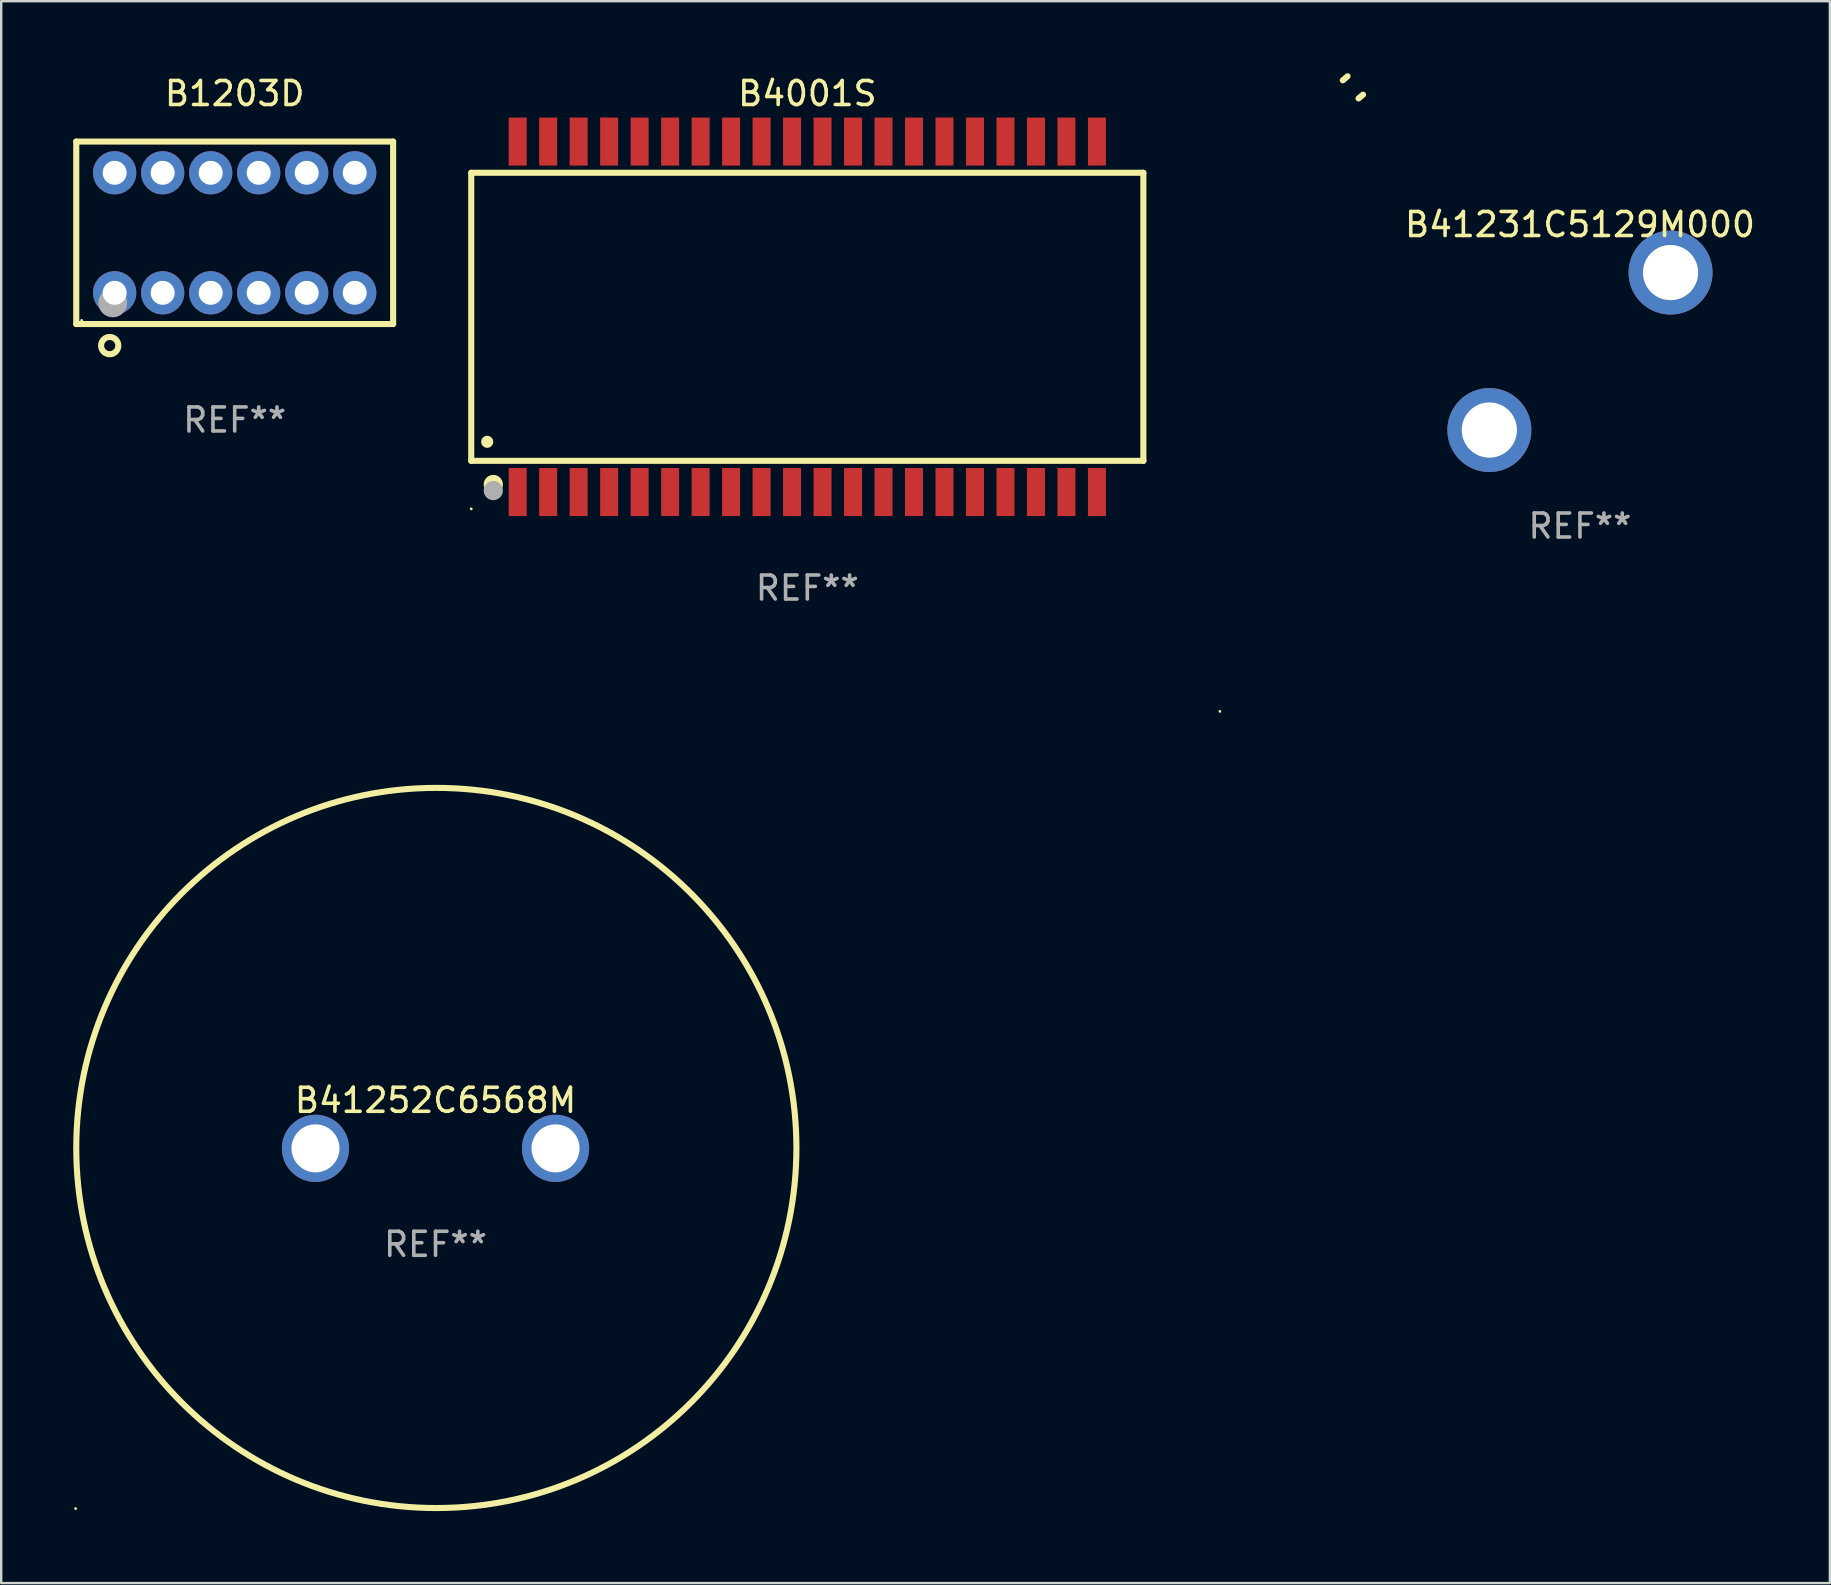
<source format=kicad_pcb>
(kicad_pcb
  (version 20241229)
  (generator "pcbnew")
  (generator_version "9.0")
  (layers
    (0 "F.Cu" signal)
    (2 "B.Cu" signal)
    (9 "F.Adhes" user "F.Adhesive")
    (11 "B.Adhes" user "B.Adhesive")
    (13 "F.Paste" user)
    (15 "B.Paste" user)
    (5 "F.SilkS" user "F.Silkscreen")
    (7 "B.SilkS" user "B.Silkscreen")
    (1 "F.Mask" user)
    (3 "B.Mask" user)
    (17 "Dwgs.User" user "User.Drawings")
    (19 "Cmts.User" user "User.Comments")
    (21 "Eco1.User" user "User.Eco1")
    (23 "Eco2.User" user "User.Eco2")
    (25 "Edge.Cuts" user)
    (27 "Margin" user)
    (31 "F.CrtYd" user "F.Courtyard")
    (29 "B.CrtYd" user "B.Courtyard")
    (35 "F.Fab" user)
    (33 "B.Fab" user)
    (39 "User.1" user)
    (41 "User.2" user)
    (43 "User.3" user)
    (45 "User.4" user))
  (footprint "B41252C6568M"
    (layer "F.Cu")
    (at 15.093 44.788)
    (property "Reference" "B41252C6568M" (at 0 -2 0) (layer "F.SilkS") (effects (font (size 1 1) (thickness 0.15))))
    (attr through_hole)
    (fp_circle (center -14.993 15.006) (end -14.963 15.006) (stroke (width 0.06) (type solid)) (fill no) (layer "F.SilkS"))
    (fp_circle (center 0.034 -0.016) (end 15.034 -0.016) (stroke (width 0.254) (type solid)) (fill no) (layer "F.SilkS"))
    (fp_text user "REF**" (at 0 4 0) (layer "F.Fab") (effects (font (size 1 1) (thickness 0.15))))
    (pad "1" thru_hole circle (at -5 0) (size 2.8 2.8) (drill 2) (layers "*.Cu" "*.Mask"))
    (pad "2" thru_hole circle (at 5 0) (size 2.8 2.8) (drill 2) (layers "*.Cu" "*.Mask")))
  (footprint "B4001S"
    (layer "F.Cu")
    (at 30.581 10.148)
    (property "Reference" "B4001S" (at 0 -9.3 0) (layer "F.SilkS") (effects (font (size 1 1) (thickness 0.15))))
    (attr through_hole)
    (fp_line (start -14 -6) (end -14 6) (stroke (width 0.254) (type solid)) (layer "F.SilkS"))
    (fp_line (start -14 -6) (end 14 -6) (stroke (width 0.254) (type solid)) (layer "F.SilkS"))
    (fp_line (start -14 6) (end 14 6) (stroke (width 0.254) (type solid)) (layer "F.SilkS"))
    (fp_line (start 14 -6) (end 14 6) (stroke (width 0.254) (type solid)) (layer "F.SilkS"))
    (fp_circle (center -14 8) (end -13.97 8) (stroke (width 0.06) (type solid)) (fill no) (layer "F.SilkS"))
    (fp_circle (center -13.335 5.207) (end -13.208 5.207) (stroke (width 0.254) (type solid)) (fill no) (layer "F.SilkS"))
    (fp_circle (center -13.081 6.985) (end -12.881 6.985) (stroke (width 0.4) (type solid)) (fill no) (layer "F.SilkS"))
    (fp_circle (center -13.081 7.239) (end -12.881 7.239) (stroke (width 0.4) (type solid)) (fill no) (layer "F.Fab"))
    (fp_text user "REF**" (at 0 11.3 0) (layer "F.Fab") (effects (font (size 1 1) (thickness 0.15))))
    (pad "1" smd rect (at -12.065 7.3) (size 0.75 2) (layers "F.Cu" "F.Mask" "F.Paste"))
    (pad "2" smd rect (at -10.795 7.3) (size 0.75 2) (layers "F.Cu" "F.Mask" "F.Paste"))
    (pad "3" smd rect (at -9.525 7.3) (size 0.75 2) (layers "F.Cu" "F.Mask" "F.Paste"))
    (pad "4" smd rect (at -8.255 7.3) (size 0.75 2) (layers "F.Cu" "F.Mask" "F.Paste"))
    (pad "5" smd rect (at -6.985 7.3) (size 0.75 2) (layers "F.Cu" "F.Mask" "F.Paste"))
    (pad "6" smd rect (at -5.715 7.3) (size 0.75 2) (layers "F.Cu" "F.Mask" "F.Paste"))
    (pad "7" smd rect (at -4.445 7.3) (size 0.75 2) (layers "F.Cu" "F.Mask" "F.Paste"))
    (pad "8" smd rect (at -3.175 7.3) (size 0.75 2) (layers "F.Cu" "F.Mask" "F.Paste"))
    (pad "9" smd rect (at -1.905 7.3) (size 0.75 2) (layers "F.Cu" "F.Mask" "F.Paste"))
    (pad "10" smd rect (at -0.635 7.3) (size 0.75 2) (layers "F.Cu" "F.Mask" "F.Paste"))
    (pad "11" smd rect (at 0.635 7.3) (size 0.75 2) (layers "F.Cu" "F.Mask" "F.Paste"))
    (pad "12" smd rect (at 1.905 7.3) (size 0.75 2) (layers "F.Cu" "F.Mask" "F.Paste"))
    (pad "13" smd rect (at 3.175 7.3) (size 0.75 2) (layers "F.Cu" "F.Mask" "F.Paste"))
    (pad "14" smd rect (at 4.445 7.3) (size 0.75 2) (layers "F.Cu" "F.Mask" "F.Paste"))
    (pad "15" smd rect (at 5.715 7.3) (size 0.75 2) (layers "F.Cu" "F.Mask" "F.Paste"))
    (pad "16" smd rect (at 6.985 7.3) (size 0.75 2) (layers "F.Cu" "F.Mask" "F.Paste"))
    (pad "17" smd rect (at 8.255 7.3) (size 0.75 2) (layers "F.Cu" "F.Mask" "F.Paste"))
    (pad "18" smd rect (at 9.525 7.3) (size 0.75 2) (layers "F.Cu" "F.Mask" "F.Paste"))
    (pad "19" smd rect (at 10.795 7.3) (size 0.75 2) (layers "F.Cu" "F.Mask" "F.Paste"))
    (pad "20" smd rect (at 12.065 7.3) (size 0.75 2) (layers "F.Cu" "F.Mask" "F.Paste"))
    (pad "21" smd rect (at 12.065 -7.3) (size 0.75 2) (layers "F.Cu" "F.Mask" "F.Paste"))
    (pad "22" smd rect (at 10.795 -7.3) (size 0.75 2) (layers "F.Cu" "F.Mask" "F.Paste"))
    (pad "23" smd rect (at 9.525 -7.3) (size 0.75 2) (layers "F.Cu" "F.Mask" "F.Paste"))
    (pad "24" smd rect (at 8.255 -7.3) (size 0.75 2) (layers "F.Cu" "F.Mask" "F.Paste"))
    (pad "25" smd rect (at 6.985 -7.3) (size 0.75 2) (layers "F.Cu" "F.Mask" "F.Paste"))
    (pad "26" smd rect (at 5.715 -7.3) (size 0.75 2) (layers "F.Cu" "F.Mask" "F.Paste"))
    (pad "27" smd rect (at 4.445 -7.3) (size 0.75 2) (layers "F.Cu" "F.Mask" "F.Paste"))
    (pad "28" smd rect (at 3.175 -7.3) (size 0.75 2) (layers "F.Cu" "F.Mask" "F.Paste"))
    (pad "29" smd rect (at 1.905 -7.3) (size 0.75 2) (layers "F.Cu" "F.Mask" "F.Paste"))
    (pad "30" smd rect (at 0.635 -7.3) (size 0.75 2) (layers "F.Cu" "F.Mask" "F.Paste"))
    (pad "31" smd rect (at -0.635 -7.3) (size 0.75 2) (layers "F.Cu" "F.Mask" "F.Paste"))
    (pad "32" smd rect (at -1.905 -7.3) (size 0.75 2) (layers "F.Cu" "F.Mask" "F.Paste"))
    (pad "33" smd rect (at -3.175 -7.3) (size 0.75 2) (layers "F.Cu" "F.Mask" "F.Paste"))
    (pad "34" smd rect (at -4.445 -7.3) (size 0.75 2) (layers "F.Cu" "F.Mask" "F.Paste"))
    (pad "35" smd rect (at -5.715 -7.3) (size 0.75 2) (layers "F.Cu" "F.Mask" "F.Paste"))
    (pad "36" smd rect (at -6.985 -7.3) (size 0.75 2) (layers "F.Cu" "F.Mask" "F.Paste"))
    (pad "37" smd rect (at -8.255 -7.3) (size 0.75 2) (layers "F.Cu" "F.Mask" "F.Paste"))
    (pad "38" smd rect (at -9.525 -7.3) (size 0.75 2) (layers "F.Cu" "F.Mask" "F.Paste"))
    (pad "39" smd rect (at -10.795 -7.3) (size 0.75 2) (layers "F.Cu" "F.Mask" "F.Paste"))
    (pad "40" smd rect (at -12.065 -7.3) (size 0.75 2) (layers "F.Cu" "F.Mask" "F.Paste")))
  (footprint "B1203D"
    (layer "F.Cu")
    (at 6.727 6.648)
    (property "Reference" "B1203D" (at 0 -5.8 0) (layer "F.SilkS") (effects (font (size 1 1) (thickness 0.15))))
    (attr through_hole)
    (fp_line (start -6.6 -3.8) (end -6.6 3.8) (stroke (width 0.254) (type solid)) (layer "F.SilkS"))
    (fp_line (start -6.6 -3.8) (end 6.6 -3.8) (stroke (width 0.254) (type solid)) (layer "F.SilkS"))
    (fp_line (start -6.6 3.8) (end 6.6 3.8) (stroke (width 0.254) (type solid)) (layer "F.SilkS"))
    (fp_line (start 6.6 -3.8) (end 6.6 3.8) (stroke (width 0.254) (type solid)) (layer "F.SilkS"))
    (fp_circle (center -6.375 3.65) (end -6.345 3.65) (stroke (width 0.06) (type solid)) (fill no) (layer "F.SilkS"))
    (fp_circle (center -5.207 4.699) (end -4.848 4.699) (stroke (width 0.254) (type solid)) (fill no) (layer "F.SilkS"))
    (fp_circle (center -5.08 2.921) (end -4.78 2.921) (stroke (width 0.6) (type solid)) (fill no) (layer "F.Fab"))
    (fp_text user "REF**" (at 0 7.8 0) (layer "F.Fab") (effects (font (size 1 1) (thickness 0.15))))
    (pad "1" thru_hole circle (at -5 2.5) (size 1.8 1.8) (drill 1) (layers "*.Cu" "*.Mask"))
    (pad "2" thru_hole circle (at -3 2.5) (size 1.8 1.8) (drill 1) (layers "*.Cu" "*.Mask"))
    (pad "3" thru_hole circle (at -1 2.5) (size 1.8 1.8) (drill 1) (layers "*.Cu" "*.Mask"))
    (pad "4" thru_hole circle (at 1 2.5) (size 1.8 1.8) (drill 1) (layers "*.Cu" "*.Mask"))
    (pad "5" thru_hole circle (at 3 2.5) (size 1.8 1.8) (drill 1) (layers "*.Cu" "*.Mask"))
    (pad "6" thru_hole circle (at 5 2.5) (size 1.8 1.8) (drill 1) (layers "*.Cu" "*.Mask"))
    (pad "7" thru_hole circle (at 5 -2.5) (size 1.8 1.8) (drill 1) (layers "*.Cu" "*.Mask"))
    (pad "8" thru_hole circle (at 3 -2.5) (size 1.8 1.8) (drill 1) (layers "*.Cu" "*.Mask"))
    (pad "9" thru_hole circle (at 1 -2.5) (size 1.8 1.8) (drill 1) (layers "*.Cu" "*.Mask"))
    (pad "10" thru_hole circle (at -1 -2.5) (size 1.8 1.8) (drill 1) (layers "*.Cu" "*.Mask"))
    (pad "11" thru_hole circle (at -3 -2.5) (size 1.8 1.8) (drill 1) (layers "*.Cu" "*.Mask"))
    (pad "12" thru_hole circle (at -5 -2.5) (size 1.8 1.8) (drill 1) (layers "*.Cu" "*.Mask")))
  (footprint "B41231C5129M000"
    (layer "F.Cu")
    (at 62.768 11.585)
    (property "Reference" "B41231C5129M000" (at 0 -5.28 0) (layer "F.SilkS") (effects (font (size 1 1) (thickness 0.15))))
    (attr through_hole)
    (fp_arc (start -9.880163 -11.288367) (mid -9.781129 -11.37384) (end -9.681052 -11.45809) (stroke (width 0.254001) (type solid)) (layer "F.SilkS"))
    (fp_arc (start -9.223597 -10.533071) (mid -9.131245 -10.612672) (end -9.037923 -10.691135) (stroke (width 0.254001) (type solid)) (layer "F.SilkS"))
    (fp_circle (center -15 15) (end -14.97 15) (stroke (width 0.06) (type solid)) (fill no) (layer "F.SilkS"))
    (fp_text user "+" (at -2.209 6.481 0) (layer "B.Mask") (effects (font (size 1 1) (thickness 0.15))))
    (fp_text user "-" (at 3.791 -0.019 0) (layer "B.Mask") (effects (font (size 1 1) (thickness 0.15))))
    (fp_text user "REF**" (at 0 7.28 0) (layer "F.Fab") (effects (font (size 1 1) (thickness 0.15))))
    (pad "1" thru_hole circle (at -3.774 3.28) (size 3.5 3.5) (drill 2.3) (layers "*.Cu" "*.Mask"))
    (pad "2" thru_hole circle (at 3.774 -3.28) (size 3.5 3.5) (drill 2.3) (layers "*.Cu" "*.Mask")))
  (gr_rect
    (start -3 -3)
    (end 73.179 62.899)
    (stroke (width 0.1) (type default))
    (fill no)
    (layer "Edge.Cuts")))
</source>
